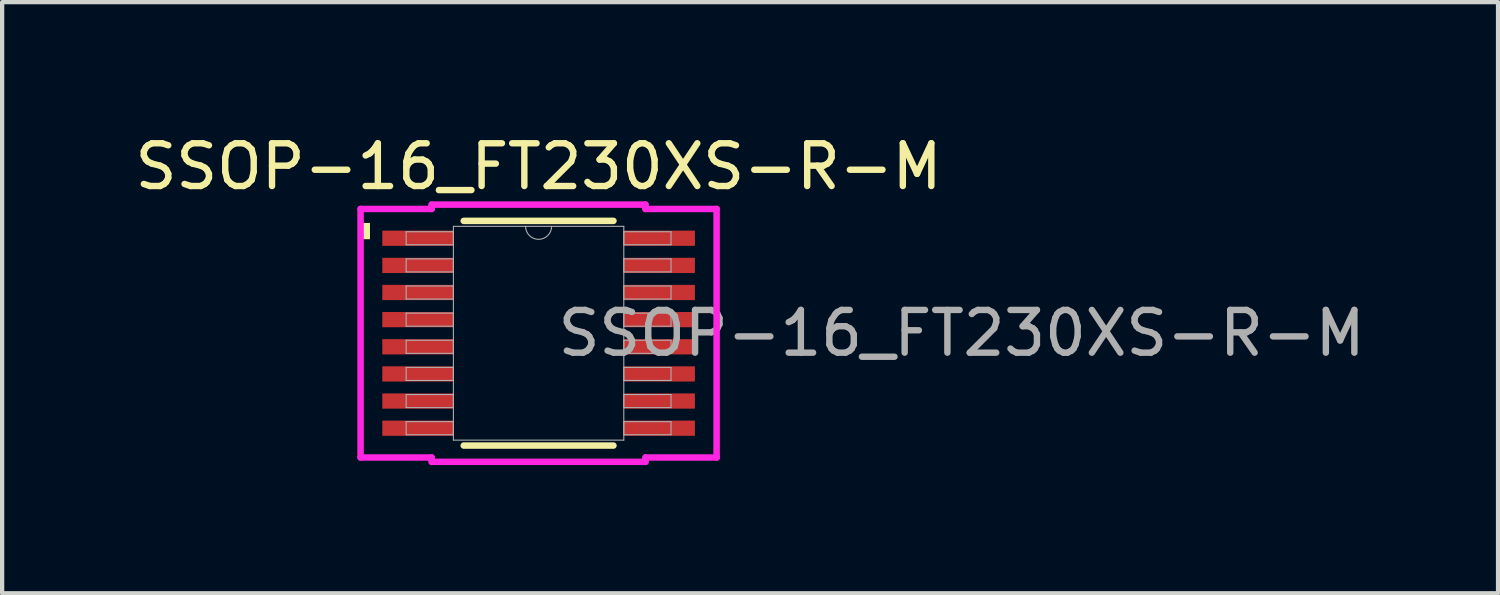
<source format=kicad_pcb>
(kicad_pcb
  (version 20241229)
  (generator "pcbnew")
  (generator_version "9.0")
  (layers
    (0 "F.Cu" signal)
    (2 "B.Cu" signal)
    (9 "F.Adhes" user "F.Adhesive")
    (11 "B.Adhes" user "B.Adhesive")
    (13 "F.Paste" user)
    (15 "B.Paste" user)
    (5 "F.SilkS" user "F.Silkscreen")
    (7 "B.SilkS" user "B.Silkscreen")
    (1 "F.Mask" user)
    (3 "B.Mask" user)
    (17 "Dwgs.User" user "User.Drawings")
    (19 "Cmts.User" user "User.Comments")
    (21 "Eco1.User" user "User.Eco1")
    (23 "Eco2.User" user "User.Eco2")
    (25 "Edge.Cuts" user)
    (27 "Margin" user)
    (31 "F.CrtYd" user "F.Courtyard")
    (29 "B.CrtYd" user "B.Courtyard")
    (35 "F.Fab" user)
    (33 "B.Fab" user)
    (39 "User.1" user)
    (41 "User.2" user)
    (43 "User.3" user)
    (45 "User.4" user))
  (footprint "SSOP-16_FT230XS-R-M"
    (layer "F.Cu")
    (at 9.554 4.748)
    (property "Reference" "SSOP-16_FT230XS-R-M" (at 0 -3.9 0) (unlocked yes) (layer "F.SilkS") (effects (font (size 1 1) (thickness 0.15))))
    (attr smd)
    (fp_line (start -1.752 2.629) (end 1.752 2.629) (stroke (width 0.152) (type solid)) (layer "F.SilkS"))
    (fp_line (start 1.752 -2.629) (end -1.752 -2.629) (stroke (width 0.152) (type solid)) (layer "F.SilkS"))
    (fp_poly (pts (xy -3.946 -2.581) (xy -3.946 -2.2) (xy -4.2 -2.2) (xy -4.2 -2.581)) (stroke (width 0) (type solid)) (fill yes) (layer "F.SilkS"))
    (fp_line (start -4.166 -2.908) (end -2.502 -2.908) (stroke (width 0.152) (type solid)) (layer "F.CrtYd"))
    (fp_line (start -4.166 2.908) (end -4.166 -2.908) (stroke (width 0.152) (type solid)) (layer "F.CrtYd"))
    (fp_line (start -4.166 2.908) (end -2.502 2.908) (stroke (width 0.152) (type solid)) (layer "F.CrtYd"))
    (fp_line (start -2.502 -3.01) (end 2.502 -3.01) (stroke (width 0.152) (type solid)) (layer "F.CrtYd"))
    (fp_line (start -2.502 -2.908) (end -2.502 -3.01) (stroke (width 0.152) (type solid)) (layer "F.CrtYd"))
    (fp_line (start -2.502 3.01) (end -2.502 2.908) (stroke (width 0.152) (type solid)) (layer "F.CrtYd"))
    (fp_line (start 2.502 -3.01) (end 2.502 -2.908) (stroke (width 0.152) (type solid)) (layer "F.CrtYd"))
    (fp_line (start 2.502 2.908) (end 2.502 3.01) (stroke (width 0.152) (type solid)) (layer "F.CrtYd"))
    (fp_line (start 2.502 3.01) (end -2.502 3.01) (stroke (width 0.152) (type solid)) (layer "F.CrtYd"))
    (fp_line (start 4.166 -2.908) (end 2.502 -2.908) (stroke (width 0.152) (type solid)) (layer "F.CrtYd"))
    (fp_line (start 4.166 -2.908) (end 4.166 2.908) (stroke (width 0.152) (type solid)) (layer "F.CrtYd"))
    (fp_line (start 4.166 2.908) (end 2.502 2.908) (stroke (width 0.152) (type solid)) (layer "F.CrtYd"))
    (fp_line (start -3.099 -2.375) (end -3.099 -2.07) (stroke (width 0.025) (type solid)) (layer "F.Fab"))
    (fp_line (start -3.099 -2.07) (end -1.994 -2.07) (stroke (width 0.025) (type solid)) (layer "F.Fab"))
    (fp_line (start -3.099 -1.74) (end -3.099 -1.435) (stroke (width 0.025) (type solid)) (layer "F.Fab"))
    (fp_line (start -3.099 -1.435) (end -1.994 -1.435) (stroke (width 0.025) (type solid)) (layer "F.Fab"))
    (fp_line (start -3.099 -1.105) (end -3.099 -0.8) (stroke (width 0.025) (type solid)) (layer "F.Fab"))
    (fp_line (start -3.099 -0.8) (end -1.994 -0.8) (stroke (width 0.025) (type solid)) (layer "F.Fab"))
    (fp_line (start -3.099 -0.47) (end -3.099 -0.165) (stroke (width 0.025) (type solid)) (layer "F.Fab"))
    (fp_line (start -3.099 -0.165) (end -1.994 -0.165) (stroke (width 0.025) (type solid)) (layer "F.Fab"))
    (fp_line (start -3.099 0.165) (end -3.099 0.47) (stroke (width 0.025) (type solid)) (layer "F.Fab"))
    (fp_line (start -3.099 0.47) (end -1.994 0.47) (stroke (width 0.025) (type solid)) (layer "F.Fab"))
    (fp_line (start -3.099 0.8) (end -3.099 1.105) (stroke (width 0.025) (type solid)) (layer "F.Fab"))
    (fp_line (start -3.099 1.105) (end -1.994 1.105) (stroke (width 0.025) (type solid)) (layer "F.Fab"))
    (fp_line (start -3.099 1.435) (end -3.099 1.74) (stroke (width 0.025) (type solid)) (layer "F.Fab"))
    (fp_line (start -3.099 1.74) (end -1.994 1.74) (stroke (width 0.025) (type solid)) (layer "F.Fab"))
    (fp_line (start -3.099 2.07) (end -3.099 2.375) (stroke (width 0.025) (type solid)) (layer "F.Fab"))
    (fp_line (start -3.099 2.375) (end -1.994 2.375) (stroke (width 0.025) (type solid)) (layer "F.Fab"))
    (fp_line (start -1.994 -2.502) (end -1.994 2.502) (stroke (width 0.025) (type solid)) (layer "F.Fab"))
    (fp_line (start -1.994 -2.375) (end -3.099 -2.375) (stroke (width 0.025) (type solid)) (layer "F.Fab"))
    (fp_line (start -1.994 -2.07) (end -1.994 -2.375) (stroke (width 0.025) (type solid)) (layer "F.Fab"))
    (fp_line (start -1.994 -1.74) (end -3.099 -1.74) (stroke (width 0.025) (type solid)) (layer "F.Fab"))
    (fp_line (start -1.994 -1.435) (end -1.994 -1.74) (stroke (width 0.025) (type solid)) (layer "F.Fab"))
    (fp_line (start -1.994 -1.105) (end -3.099 -1.105) (stroke (width 0.025) (type solid)) (layer "F.Fab"))
    (fp_line (start -1.994 -0.8) (end -1.994 -1.105) (stroke (width 0.025) (type solid)) (layer "F.Fab"))
    (fp_line (start -1.994 -0.47) (end -3.099 -0.47) (stroke (width 0.025) (type solid)) (layer "F.Fab"))
    (fp_line (start -1.994 -0.165) (end -1.994 -0.47) (stroke (width 0.025) (type solid)) (layer "F.Fab"))
    (fp_line (start -1.994 0.165) (end -3.099 0.165) (stroke (width 0.025) (type solid)) (layer "F.Fab"))
    (fp_line (start -1.994 0.47) (end -1.994 0.165) (stroke (width 0.025) (type solid)) (layer "F.Fab"))
    (fp_line (start -1.994 0.8) (end -3.099 0.8) (stroke (width 0.025) (type solid)) (layer "F.Fab"))
    (fp_line (start -1.994 1.105) (end -1.994 0.8) (stroke (width 0.025) (type solid)) (layer "F.Fab"))
    (fp_line (start -1.994 1.435) (end -3.099 1.435) (stroke (width 0.025) (type solid)) (layer "F.Fab"))
    (fp_line (start -1.994 1.74) (end -1.994 1.435) (stroke (width 0.025) (type solid)) (layer "F.Fab"))
    (fp_line (start -1.994 2.07) (end -3.099 2.07) (stroke (width 0.025) (type solid)) (layer "F.Fab"))
    (fp_line (start -1.994 2.375) (end -1.994 2.07) (stroke (width 0.025) (type solid)) (layer "F.Fab"))
    (fp_line (start -1.994 2.502) (end 1.994 2.502) (stroke (width 0.025) (type solid)) (layer "F.Fab"))
    (fp_line (start 1.994 -2.502) (end -1.994 -2.502) (stroke (width 0.025) (type solid)) (layer "F.Fab"))
    (fp_line (start 1.994 -2.375) (end 1.994 -2.07) (stroke (width 0.025) (type solid)) (layer "F.Fab"))
    (fp_line (start 1.994 -2.07) (end 3.099 -2.07) (stroke (width 0.025) (type solid)) (layer "F.Fab"))
    (fp_line (start 1.994 -1.74) (end 1.994 -1.435) (stroke (width 0.025) (type solid)) (layer "F.Fab"))
    (fp_line (start 1.994 -1.435) (end 3.099 -1.435) (stroke (width 0.025) (type solid)) (layer "F.Fab"))
    (fp_line (start 1.994 -1.105) (end 1.994 -0.8) (stroke (width 0.025) (type solid)) (layer "F.Fab"))
    (fp_line (start 1.994 -0.8) (end 3.099 -0.8) (stroke (width 0.025) (type solid)) (layer "F.Fab"))
    (fp_line (start 1.994 -0.47) (end 1.994 -0.165) (stroke (width 0.025) (type solid)) (layer "F.Fab"))
    (fp_line (start 1.994 -0.165) (end 3.099 -0.165) (stroke (width 0.025) (type solid)) (layer "F.Fab"))
    (fp_line (start 1.994 0.165) (end 1.994 0.47) (stroke (width 0.025) (type solid)) (layer "F.Fab"))
    (fp_line (start 1.994 0.47) (end 3.099 0.47) (stroke (width 0.025) (type solid)) (layer "F.Fab"))
    (fp_line (start 1.994 0.8) (end 1.994 1.105) (stroke (width 0.025) (type solid)) (layer "F.Fab"))
    (fp_line (start 1.994 1.105) (end 3.099 1.105) (stroke (width 0.025) (type solid)) (layer "F.Fab"))
    (fp_line (start 1.994 1.435) (end 1.994 1.74) (stroke (width 0.025) (type solid)) (layer "F.Fab"))
    (fp_line (start 1.994 1.74) (end 3.099 1.74) (stroke (width 0.025) (type solid)) (layer "F.Fab"))
    (fp_line (start 1.994 2.07) (end 1.994 2.375) (stroke (width 0.025) (type solid)) (layer "F.Fab"))
    (fp_line (start 1.994 2.375) (end 3.099 2.375) (stroke (width 0.025) (type solid)) (layer "F.Fab"))
    (fp_line (start 1.994 2.502) (end 1.994 -2.502) (stroke (width 0.025) (type solid)) (layer "F.Fab"))
    (fp_line (start 3.099 -2.375) (end 1.994 -2.375) (stroke (width 0.025) (type solid)) (layer "F.Fab"))
    (fp_line (start 3.099 -2.07) (end 3.099 -2.375) (stroke (width 0.025) (type solid)) (layer "F.Fab"))
    (fp_line (start 3.099 -1.74) (end 1.994 -1.74) (stroke (width 0.025) (type solid)) (layer "F.Fab"))
    (fp_line (start 3.099 -1.435) (end 3.099 -1.74) (stroke (width 0.025) (type solid)) (layer "F.Fab"))
    (fp_line (start 3.099 -1.105) (end 1.994 -1.105) (stroke (width 0.025) (type solid)) (layer "F.Fab"))
    (fp_line (start 3.099 -0.8) (end 3.099 -1.105) (stroke (width 0.025) (type solid)) (layer "F.Fab"))
    (fp_line (start 3.099 -0.47) (end 1.994 -0.47) (stroke (width 0.025) (type solid)) (layer "F.Fab"))
    (fp_line (start 3.099 -0.165) (end 3.099 -0.47) (stroke (width 0.025) (type solid)) (layer "F.Fab"))
    (fp_line (start 3.099 0.165) (end 1.994 0.165) (stroke (width 0.025) (type solid)) (layer "F.Fab"))
    (fp_line (start 3.099 0.47) (end 3.099 0.165) (stroke (width 0.025) (type solid)) (layer "F.Fab"))
    (fp_line (start 3.099 0.8) (end 1.994 0.8) (stroke (width 0.025) (type solid)) (layer "F.Fab"))
    (fp_line (start 3.099 1.105) (end 3.099 0.8) (stroke (width 0.025) (type solid)) (layer "F.Fab"))
    (fp_line (start 3.099 1.435) (end 1.994 1.435) (stroke (width 0.025) (type solid)) (layer "F.Fab"))
    (fp_line (start 3.099 1.74) (end 3.099 1.435) (stroke (width 0.025) (type solid)) (layer "F.Fab"))
    (fp_line (start 3.099 2.07) (end 1.994 2.07) (stroke (width 0.025) (type solid)) (layer "F.Fab"))
    (fp_line (start 3.099 2.375) (end 3.099 2.07) (stroke (width 0.025) (type solid)) (layer "F.Fab"))
    (fp_arc (start 0.3048 -2.5019) (mid 0 -2.1971) (end -0.3048 -2.5019) (stroke (width 0.0254) (type solid)) (layer "F.Fab"))
    (fp_text user "${REFERENCE}" (at 9.9 0 0) (unlocked yes) (layer "F.Fab") (effects (font (size 1 1) (thickness 0.15))))
    (pad "1" smd rect (at -2.826 -2.223) (size 1.664 0.356) (layers "F.Cu" "F.Mask" "F.Paste"))
    (pad "2" smd rect (at -2.826 -1.587) (size 1.664 0.356) (layers "F.Cu" "F.Mask" "F.Paste"))
    (pad "3" smd rect (at -2.826 -0.953) (size 1.664 0.356) (layers "F.Cu" "F.Mask" "F.Paste"))
    (pad "4" smd rect (at -2.826 -0.318) (size 1.664 0.356) (layers "F.Cu" "F.Mask" "F.Paste"))
    (pad "5" smd rect (at -2.826 0.318) (size 1.664 0.356) (layers "F.Cu" "F.Mask" "F.Paste"))
    (pad "6" smd rect (at -2.826 0.953) (size 1.664 0.356) (layers "F.Cu" "F.Mask" "F.Paste"))
    (pad "7" smd rect (at -2.826 1.587) (size 1.664 0.356) (layers "F.Cu" "F.Mask" "F.Paste"))
    (pad "8" smd rect (at -2.826 2.223) (size 1.664 0.356) (layers "F.Cu" "F.Mask" "F.Paste"))
    (pad "9" smd rect (at 2.826 2.223) (size 1.664 0.356) (layers "F.Cu" "F.Mask" "F.Paste"))
    (pad "10" smd rect (at 2.826 1.587) (size 1.664 0.356) (layers "F.Cu" "F.Mask" "F.Paste"))
    (pad "11" smd rect (at 2.826 0.953) (size 1.664 0.356) (layers "F.Cu" "F.Mask" "F.Paste"))
    (pad "12" smd rect (at 2.826 0.318) (size 1.664 0.356) (layers "F.Cu" "F.Mask" "F.Paste"))
    (pad "13" smd rect (at 2.826 -0.318) (size 1.664 0.356) (layers "F.Cu" "F.Mask" "F.Paste"))
    (pad "14" smd rect (at 2.826 -0.953) (size 1.664 0.356) (layers "F.Cu" "F.Mask" "F.Paste"))
    (pad "15" smd rect (at 2.826 -1.587) (size 1.664 0.356) (layers "F.Cu" "F.Mask" "F.Paste"))
    (pad "16" smd rect (at 2.826 -2.223) (size 1.664 0.356) (layers "F.Cu" "F.Mask" "F.Paste")))
  (gr_rect
    (start -3 -3)
    (end 32.007 10.834)
    (stroke (width 0.1) (type default))
    (fill no)
    (layer "Edge.Cuts")))
</source>
